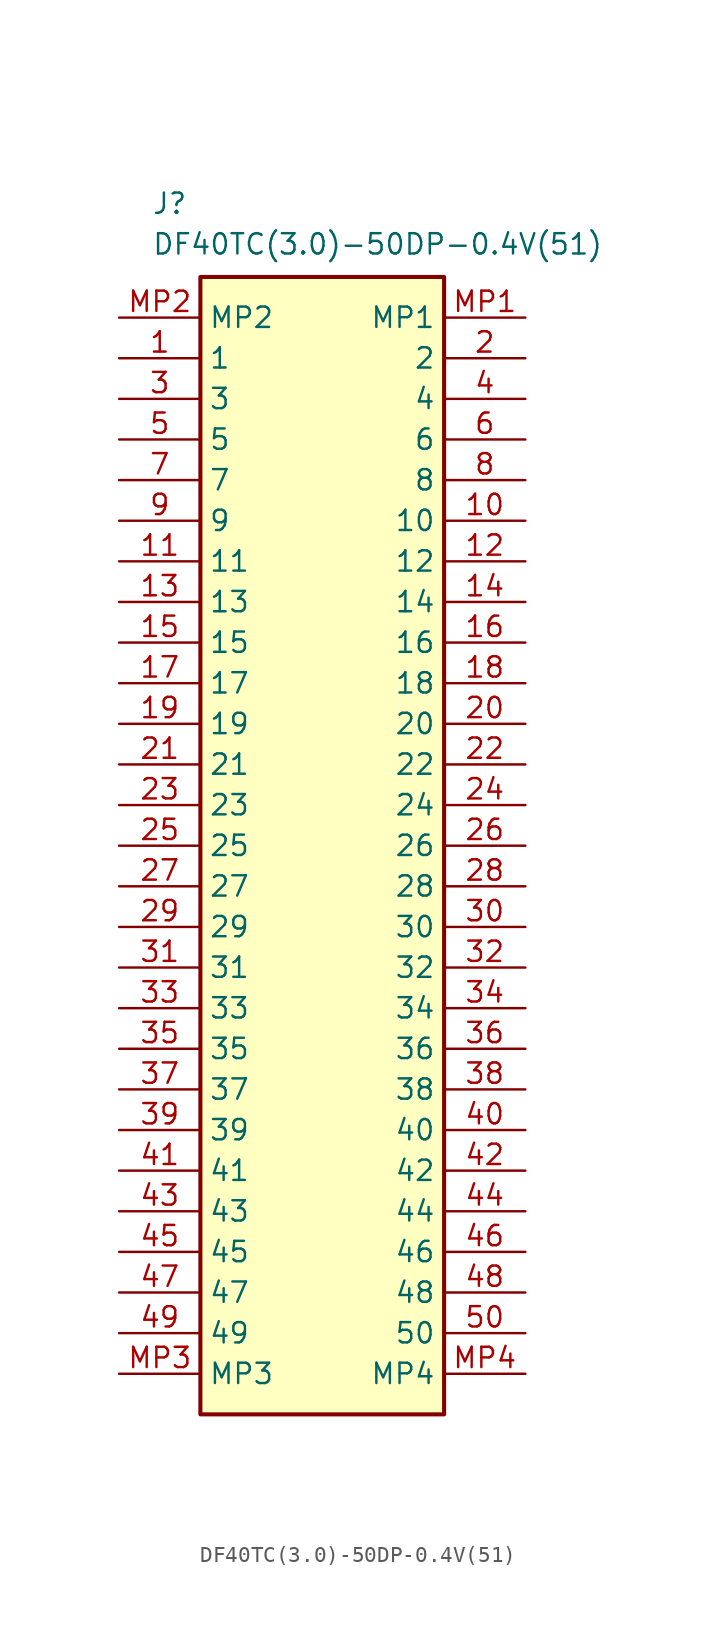
<source format=kicad_sym>
(kicad_symbol_lib
  (version 20241209)
  (generator "kicad_symbol_editor")
  (generator_version "9.0")
  (symbol "DF40TC(3.0)-50DP-0.4V(51)"
    (property "Reference" "J"
      (at 2.032 7.874 0)
      (effects (font (size 1.27 1.27)) (justify left top)))
    (property "Value" "DF40TC(3.0)-50DP-0.4V(51)"
      (at 2.032 5.334 0)
      (effects (font (size 1.27 1.27)) (justify left top)))
    (symbol "DF40TC(3.0)-50DP-0.4V(51)_1_1"
      (rectangle (start 5.08 2.54) (end 20.32 -68.58) (stroke (width 0.254) (type default)) (fill (type background)))
      (pin passive line (at 0 0 0) (length 5.08) (name "MP2" (effects (font (size 1.27 1.27)))) (number "MP2" (effects (font (size 1.27 1.27)))))
      (pin passive line (at 0 -2.54 0) (length 5.08) (name "1" (effects (font (size 1.27 1.27)))) (number "1" (effects (font (size 1.27 1.27)))))
      (pin passive line (at 0 -5.08 0) (length 5.08) (name "3" (effects (font (size 1.27 1.27)))) (number "3" (effects (font (size 1.27 1.27)))))
      (pin passive line (at 0 -7.62 0) (length 5.08) (name "5" (effects (font (size 1.27 1.27)))) (number "5" (effects (font (size 1.27 1.27)))))
      (pin passive line (at 0 -10.16 0) (length 5.08) (name "7" (effects (font (size 1.27 1.27)))) (number "7" (effects (font (size 1.27 1.27)))))
      (pin passive line (at 0 -12.7 0) (length 5.08) (name "9" (effects (font (size 1.27 1.27)))) (number "9" (effects (font (size 1.27 1.27)))))
      (pin passive line (at 0 -15.24 0) (length 5.08) (name "11" (effects (font (size 1.27 1.27)))) (number "11" (effects (font (size 1.27 1.27)))))
      (pin passive line (at 0 -17.78 0) (length 5.08) (name "13" (effects (font (size 1.27 1.27)))) (number "13" (effects (font (size 1.27 1.27)))))
      (pin passive line (at 0 -20.32 0) (length 5.08) (name "15" (effects (font (size 1.27 1.27)))) (number "15" (effects (font (size 1.27 1.27)))))
      (pin passive line (at 0 -22.86 0) (length 5.08) (name "17" (effects (font (size 1.27 1.27)))) (number "17" (effects (font (size 1.27 1.27)))))
      (pin passive line (at 0 -25.4 0) (length 5.08) (name "19" (effects (font (size 1.27 1.27)))) (number "19" (effects (font (size 1.27 1.27)))))
      (pin passive line (at 0 -27.94 0) (length 5.08) (name "21" (effects (font (size 1.27 1.27)))) (number "21" (effects (font (size 1.27 1.27)))))
      (pin passive line (at 0 -30.48 0) (length 5.08) (name "23" (effects (font (size 1.27 1.27)))) (number "23" (effects (font (size 1.27 1.27)))))
      (pin passive line (at 0 -33.02 0) (length 5.08) (name "25" (effects (font (size 1.27 1.27)))) (number "25" (effects (font (size 1.27 1.27)))))
      (pin passive line (at 0 -35.56 0) (length 5.08) (name "27" (effects (font (size 1.27 1.27)))) (number "27" (effects (font (size 1.27 1.27)))))
      (pin passive line (at 0 -38.1 0) (length 5.08) (name "29" (effects (font (size 1.27 1.27)))) (number "29" (effects (font (size 1.27 1.27)))))
      (pin passive line (at 0 -40.64 0) (length 5.08) (name "31" (effects (font (size 1.27 1.27)))) (number "31" (effects (font (size 1.27 1.27)))))
      (pin passive line (at 0 -43.18 0) (length 5.08) (name "33" (effects (font (size 1.27 1.27)))) (number "33" (effects (font (size 1.27 1.27)))))
      (pin passive line (at 0 -45.72 0) (length 5.08) (name "35" (effects (font (size 1.27 1.27)))) (number "35" (effects (font (size 1.27 1.27)))))
      (pin passive line (at 0 -48.26 0) (length 5.08) (name "37" (effects (font (size 1.27 1.27)))) (number "37" (effects (font (size 1.27 1.27)))))
      (pin passive line (at 0 -50.8 0) (length 5.08) (name "39" (effects (font (size 1.27 1.27)))) (number "39" (effects (font (size 1.27 1.27)))))
      (pin passive line (at 0 -53.34 0) (length 5.08) (name "41" (effects (font (size 1.27 1.27)))) (number "41" (effects (font (size 1.27 1.27)))))
      (pin passive line (at 0 -55.88 0) (length 5.08) (name "43" (effects (font (size 1.27 1.27)))) (number "43" (effects (font (size 1.27 1.27)))))
      (pin passive line (at 0 -58.42 0) (length 5.08) (name "45" (effects (font (size 1.27 1.27)))) (number "45" (effects (font (size 1.27 1.27)))))
      (pin passive line (at 0 -60.96 0) (length 5.08) (name "47" (effects (font (size 1.27 1.27)))) (number "47" (effects (font (size 1.27 1.27)))))
      (pin passive line (at 0 -63.5 0) (length 5.08) (name "49" (effects (font (size 1.27 1.27)))) (number "49" (effects (font (size 1.27 1.27)))))
      (pin passive line (at 0 -66.04 0) (length 5.08) (name "MP3" (effects (font (size 1.27 1.27)))) (number "MP3" (effects (font (size 1.27 1.27)))))
      (pin passive line (at 25.4 0 180) (length 5.08) (name "MP1" (effects (font (size 1.27 1.27)))) (number "MP1" (effects (font (size 1.27 1.27)))))
      (pin passive line (at 25.4 -2.54 180) (length 5.08) (name "2" (effects (font (size 1.27 1.27)))) (number "2" (effects (font (size 1.27 1.27)))))
      (pin passive line (at 25.4 -5.08 180) (length 5.08) (name "4" (effects (font (size 1.27 1.27)))) (number "4" (effects (font (size 1.27 1.27)))))
      (pin passive line (at 25.4 -7.62 180) (length 5.08) (name "6" (effects (font (size 1.27 1.27)))) (number "6" (effects (font (size 1.27 1.27)))))
      (pin passive line (at 25.4 -10.16 180) (length 5.08) (name "8" (effects (font (size 1.27 1.27)))) (number "8" (effects (font (size 1.27 1.27)))))
      (pin passive line (at 25.4 -12.7 180) (length 5.08) (name "10" (effects (font (size 1.27 1.27)))) (number "10" (effects (font (size 1.27 1.27)))))
      (pin passive line (at 25.4 -15.24 180) (length 5.08) (name "12" (effects (font (size 1.27 1.27)))) (number "12" (effects (font (size 1.27 1.27)))))
      (pin passive line (at 25.4 -17.78 180) (length 5.08) (name "14" (effects (font (size 1.27 1.27)))) (number "14" (effects (font (size 1.27 1.27)))))
      (pin passive line (at 25.4 -20.32 180) (length 5.08) (name "16" (effects (font (size 1.27 1.27)))) (number "16" (effects (font (size 1.27 1.27)))))
      (pin passive line (at 25.4 -22.86 180) (length 5.08) (name "18" (effects (font (size 1.27 1.27)))) (number "18" (effects (font (size 1.27 1.27)))))
      (pin passive line (at 25.4 -25.4 180) (length 5.08) (name "20" (effects (font (size 1.27 1.27)))) (number "20" (effects (font (size 1.27 1.27)))))
      (pin passive line (at 25.4 -27.94 180) (length 5.08) (name "22" (effects (font (size 1.27 1.27)))) (number "22" (effects (font (size 1.27 1.27)))))
      (pin passive line (at 25.4 -30.48 180) (length 5.08) (name "24" (effects (font (size 1.27 1.27)))) (number "24" (effects (font (size 1.27 1.27)))))
      (pin passive line (at 25.4 -33.02 180) (length 5.08) (name "26" (effects (font (size 1.27 1.27)))) (number "26" (effects (font (size 1.27 1.27)))))
      (pin passive line (at 25.4 -35.56 180) (length 5.08) (name "28" (effects (font (size 1.27 1.27)))) (number "28" (effects (font (size 1.27 1.27)))))
      (pin passive line (at 25.4 -38.1 180) (length 5.08) (name "30" (effects (font (size 1.27 1.27)))) (number "30" (effects (font (size 1.27 1.27)))))
      (pin passive line (at 25.4 -40.64 180) (length 5.08) (name "32" (effects (font (size 1.27 1.27)))) (number "32" (effects (font (size 1.27 1.27)))))
      (pin passive line (at 25.4 -43.18 180) (length 5.08) (name "34" (effects (font (size 1.27 1.27)))) (number "34" (effects (font (size 1.27 1.27)))))
      (pin passive line (at 25.4 -45.72 180) (length 5.08) (name "36" (effects (font (size 1.27 1.27)))) (number "36" (effects (font (size 1.27 1.27)))))
      (pin passive line (at 25.4 -48.26 180) (length 5.08) (name "38" (effects (font (size 1.27 1.27)))) (number "38" (effects (font (size 1.27 1.27)))))
      (pin passive line (at 25.4 -50.8 180) (length 5.08) (name "40" (effects (font (size 1.27 1.27)))) (number "40" (effects (font (size 1.27 1.27)))))
      (pin passive line (at 25.4 -53.34 180) (length 5.08) (name "42" (effects (font (size 1.27 1.27)))) (number "42" (effects (font (size 1.27 1.27)))))
      (pin passive line (at 25.4 -55.88 180) (length 5.08) (name "44" (effects (font (size 1.27 1.27)))) (number "44" (effects (font (size 1.27 1.27)))))
      (pin passive line (at 25.4 -58.42 180) (length 5.08) (name "46" (effects (font (size 1.27 1.27)))) (number "46" (effects (font (size 1.27 1.27)))))
      (pin passive line (at 25.4 -60.96 180) (length 5.08) (name "48" (effects (font (size 1.27 1.27)))) (number "48" (effects (font (size 1.27 1.27)))))
      (pin passive line (at 25.4 -63.5 180) (length 5.08) (name "50" (effects (font (size 1.27 1.27)))) (number "50" (effects (font (size 1.27 1.27)))))
      (pin passive line (at 25.4 -66.04 180) (length 5.08) (name "MP4" (effects (font (size 1.27 1.27)))) (number "MP4" (effects (font (size 1.27 1.27))))))))
</source>
